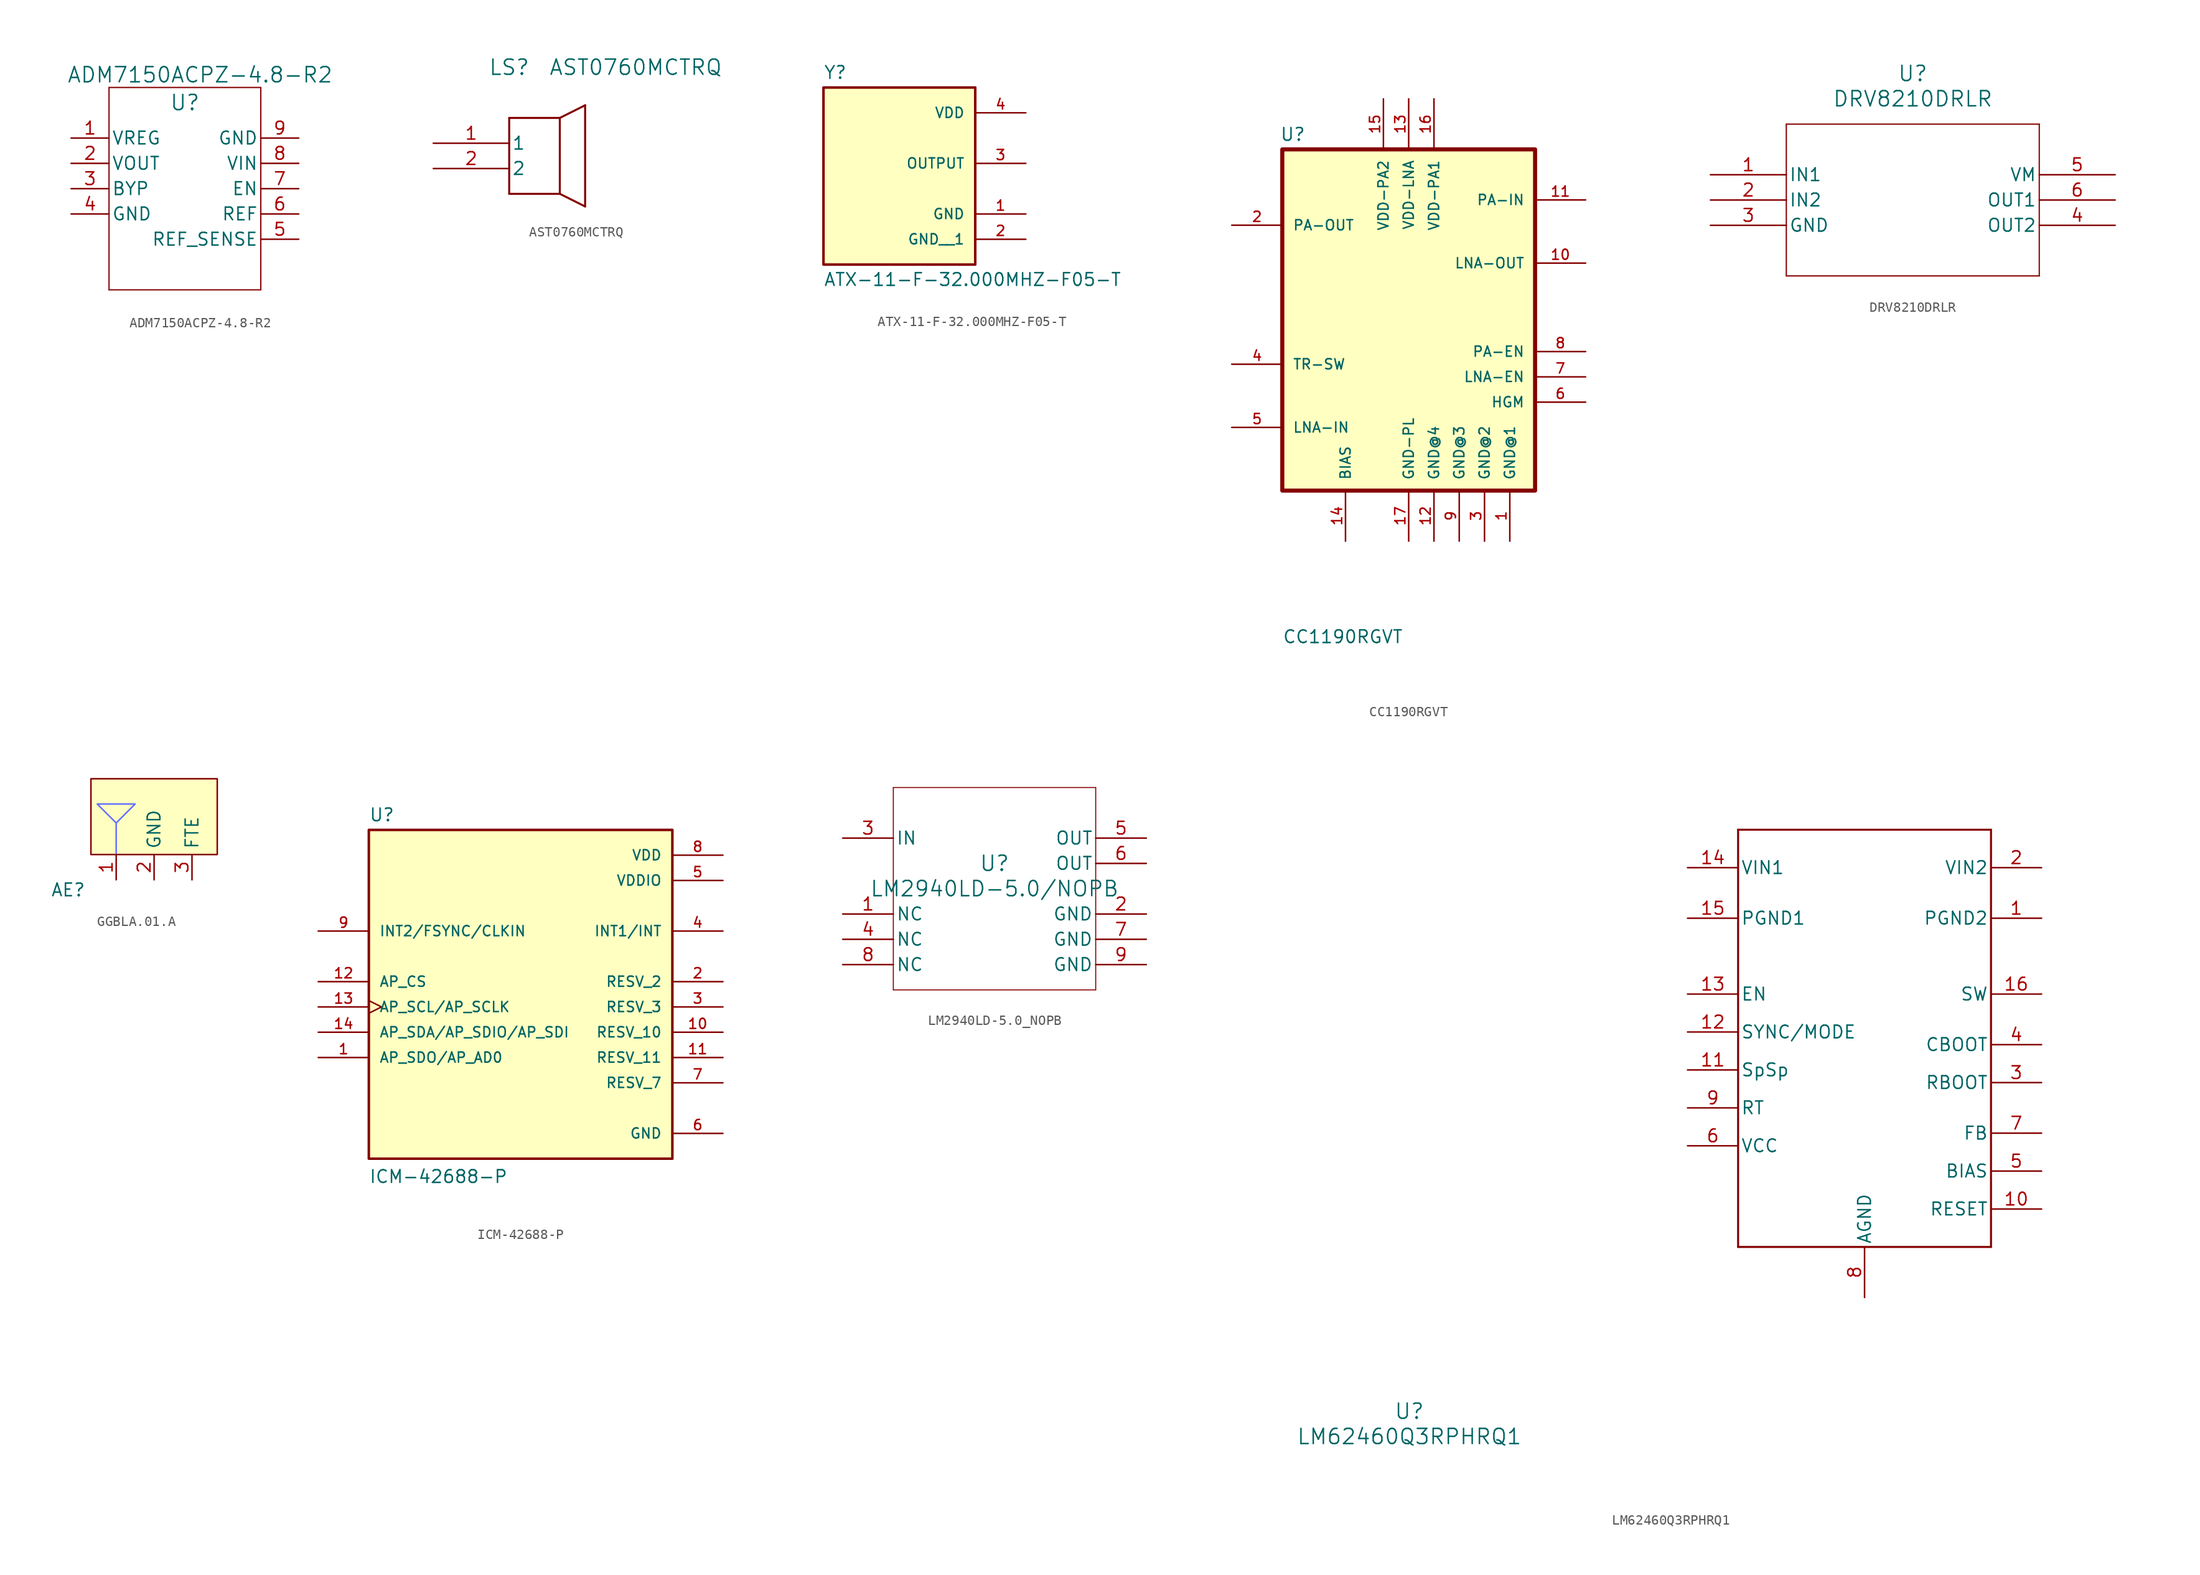
<source format=kicad_sym>
(kicad_symbol_lib
  (version 20231120)
  (generator "kicad_symbol_editor")
  (generator_version "8.0")
  (symbol "ADM7150ACPZ-4.8-R2"
    (pin_names
      (offset 0.254))
    (property "Reference" "U"
      (at 0 8.636 0)
      (effects (font (size 1.524 1.524))))
    (property "Value" "ADM7150ACPZ-4.8-R2"
      (at 1.524 11.43 0)
      (effects (font (size 1.524 1.524))))
    (symbol "ADM7150ACPZ-4.8-R2_0_1"
      (polyline (pts (xy -7.62 -10.16) (xy 7.62 -10.16)) (stroke (width 0.127) (type default)) (fill (type none)))
      (polyline (pts (xy -7.62 10.16) (xy -7.62 -10.16)) (stroke (width 0.127) (type default)) (fill (type none)))
      (polyline (pts (xy 7.62 -10.16) (xy 7.62 10.16)) (stroke (width 0.127) (type default)) (fill (type none)))
      (polyline (pts (xy 7.62 10.16) (xy -7.62 10.16)) (stroke (width 0.127) (type default)) (fill (type none))))
    (symbol "ADM7150ACPZ-4.8-R2_1_1"
      (pin power_in line (at -11.43 5.08 0) (length 3.81) (name "VREG" (effects (font (size 1.27 1.27)))) (number "1" (effects (font (size 1.27 1.27)))))
      (pin power_in line (at -11.43 2.54 0) (length 3.81) (name "VOUT" (effects (font (size 1.27 1.27)))) (number "2" (effects (font (size 1.27 1.27)))))
      (pin power_in line (at -11.43 0 0) (length 3.81) (name "BYP" (effects (font (size 1.27 1.27)))) (number "3" (effects (font (size 1.27 1.27)))))
      (pin power_out line (at -11.43 -2.54 0) (length 3.81) (name "GND" (effects (font (size 1.27 1.27)))) (number "4" (effects (font (size 1.27 1.27)))))
      (pin output line (at 11.43 -5.08 180) (length 3.81) (name "REF_SENSE" (effects (font (size 1.27 1.27)))) (number "5" (effects (font (size 1.27 1.27)))))
      (pin output line (at 11.43 -2.54 180) (length 3.81) (name "REF" (effects (font (size 1.27 1.27)))) (number "6" (effects (font (size 1.27 1.27)))))
      (pin input line (at 11.43 0 180) (length 3.81) (name "EN" (effects (font (size 1.27 1.27)))) (number "7" (effects (font (size 1.27 1.27)))))
      (pin power_in line (at 11.43 2.54 180) (length 3.81) (name "VIN" (effects (font (size 1.27 1.27)))) (number "8" (effects (font (size 1.27 1.27)))))
      (pin power_out line (at 11.43 5.08 180) (length 3.81) (name "GND" (effects (font (size 1.27 1.27)))) (number "9" (effects (font (size 1.27 1.27)))))))
  (symbol "AST0760MCTRQ"
    (pin_names
      (offset 0.254))
    (property "Reference" "LS"
      (at 7.62 7.62 0)
      (effects (font (size 1.524 1.524))))
    (property "Value" "AST0760MCTRQ"
      (at 20.32 7.62 0)
      (effects (font (size 1.524 1.524))))
    (symbol "AST0760MCTRQ_0_1"
      (polyline (pts (xy 7.62 -5.08) (xy 12.7 -5.08)) (stroke (width 0.203) (type default)) (fill (type none)))
      (polyline (pts (xy 7.62 2.54) (xy 7.62 -5.08)) (stroke (width 0.203) (type default)) (fill (type none)))
      (polyline (pts (xy 12.7 -5.08) (xy 12.7 2.54)) (stroke (width 0.203) (type default)) (fill (type none)))
      (polyline (pts (xy 12.7 2.54) (xy 7.62 2.54)) (stroke (width 0.203) (type default)) (fill (type none)))
      (polyline (pts (xy 12.7 2.54) (xy 15.24 3.81)) (stroke (width 0.203) (type default)) (fill (type none)))
      (polyline (pts (xy 15.24 -6.35) (xy 12.7 -5.08)) (stroke (width 0.203) (type default)) (fill (type none)))
      (polyline (pts (xy 15.24 3.81) (xy 15.24 -6.35)) (stroke (width 0.203) (type default)) (fill (type none)))
      (pin unspecified line (at 0 0 0) (length 7.62) (name "1" (effects (font (size 1.27 1.27)))) (number "1" (effects (font (size 1.27 1.27)))))
      (pin unspecified line (at 0 -2.54 0) (length 7.62) (name "2" (effects (font (size 1.27 1.27)))) (number "2" (effects (font (size 1.27 1.27)))))))
  (symbol "ATX-11-F-32.000MHZ-F05-T"
    (pin_names
      (offset 1.016))
    (property "Reference" "Y"
      (at -7.62 8.382 0)
      (effects (font (size 1.27 1.27)) (justify left bottom)))
    (property "Value" "ATX-11-F-32.000MHZ-F05-T"
      (at -7.62 -10.922 0)
      (effects (font (size 1.27 1.27)) (justify left top)))
    (symbol "ATX-11-F-32.000MHZ-F05-T_0_0"
      (rectangle (start -7.62 -10.16) (end 7.62 7.62) (stroke (width 0.254) (type default)) (fill (type background)))
      (pin power_in line (at 12.7 -5.08 180) (length 5.08) (name "GND" (effects (font (size 1.016 1.016)))) (number "1" (effects (font (size 1.016 1.016)))))
      (pin power_in line (at 12.7 -7.62 180) (length 5.08) (name "GND__1" (effects (font (size 1.016 1.016)))) (number "2" (effects (font (size 1.016 1.016)))))
      (pin output line (at 12.7 0 180) (length 5.08) (name "OUTPUT" (effects (font (size 1.016 1.016)))) (number "3" (effects (font (size 1.016 1.016)))))
      (pin power_in line (at 12.7 5.08 180) (length 5.08) (name "VDD" (effects (font (size 1.016 1.016)))) (number "4" (effects (font (size 1.016 1.016)))))))
  (symbol "CC1190RGVT"
    (pin_names
      (offset 1.016))
    (property "Reference" "U"
      (at -12.954 18.542 0)
      (effects (font (size 1.27 1.27)) (justify left bottom)))
    (property "Value" "CC1190RGVT"
      (at -12.7 -31.94 0)
      (effects (font (size 1.27 1.27)) (justify left bottom)))
    (symbol "CC1190RGVT_0_0"
      (rectangle (start -12.7 17.78) (end 12.7 -16.51) (stroke (width 0.41) (type default)) (fill (type background)))
      (pin power_in line (at 10.16 -21.59 90) (length 5.08) (name "GND@1" (effects (font (size 1.016 1.016)))) (number "1" (effects (font (size 1.016 1.016)))))
      (pin output line (at 17.78 6.35 180) (length 5.08) (name "LNA-OUT" (effects (font (size 1.016 1.016)))) (number "10" (effects (font (size 1.016 1.016)))))
      (pin input line (at 17.78 12.7 180) (length 5.08) (name "PA-IN" (effects (font (size 1.016 1.016)))) (number "11" (effects (font (size 1.016 1.016)))))
      (pin power_in line (at 2.54 -21.59 90) (length 5.08) (name "GND@4" (effects (font (size 1.016 1.016)))) (number "12" (effects (font (size 1.016 1.016)))))
      (pin power_in line (at 0 22.86 270) (length 5.08) (name "VDD-LNA" (effects (font (size 1.016 1.016)))) (number "13" (effects (font (size 1.016 1.016)))))
      (pin bidirectional line (at -6.35 -21.59 90) (length 5.08) (name "BIAS" (effects (font (size 1.016 1.016)))) (number "14" (effects (font (size 1.016 1.016)))))
      (pin power_in line (at -2.54 22.86 270) (length 5.08) (name "VDD-PA2" (effects (font (size 1.016 1.016)))) (number "15" (effects (font (size 1.016 1.016)))))
      (pin power_in line (at 2.54 22.86 270) (length 5.08) (name "VDD-PA1" (effects (font (size 1.016 1.016)))) (number "16" (effects (font (size 1.016 1.016)))))
      (pin power_in line (at 0 -21.59 90) (length 5.08) (name "GND-PL" (effects (font (size 1.016 1.016)))) (number "17" (effects (font (size 1.016 1.016)))))
      (pin bidirectional line (at -17.78 10.16 0) (length 5.08) (name "PA-OUT" (effects (font (size 1.016 1.016)))) (number "2" (effects (font (size 1.016 1.016)))))
      (pin power_in line (at 7.62 -21.59 90) (length 5.08) (name "GND@2" (effects (font (size 1.016 1.016)))) (number "3" (effects (font (size 1.016 1.016)))))
      (pin bidirectional line (at -17.78 -3.81 0) (length 5.08) (name "TR-SW" (effects (font (size 1.016 1.016)))) (number "4" (effects (font (size 1.016 1.016)))))
      (pin input line (at -17.78 -10.16 0) (length 5.08) (name "LNA-IN" (effects (font (size 1.016 1.016)))) (number "5" (effects (font (size 1.016 1.016)))))
      (pin input line (at 17.78 -7.62 180) (length 5.08) (name "HGM" (effects (font (size 1.016 1.016)))) (number "6" (effects (font (size 1.016 1.016)))))
      (pin input line (at 17.78 -5.08 180) (length 5.08) (name "LNA-EN" (effects (font (size 1.016 1.016)))) (number "7" (effects (font (size 1.016 1.016)))))
      (pin input line (at 17.78 -2.54 180) (length 5.08) (name "PA-EN" (effects (font (size 1.016 1.016)))) (number "8" (effects (font (size 1.016 1.016)))))
      (pin power_in line (at 5.08 -21.59 90) (length 5.08) (name "GND@3" (effects (font (size 1.016 1.016)))) (number "9" (effects (font (size 1.016 1.016)))))))
  (symbol "DRV8210DRLR"
    (pin_names
      (offset 0.254))
    (property "Reference" "U"
      (at 20.32 10.16 0)
      (effects (font (size 1.524 1.524))))
    (property "Value" "DRV8210DRLR"
      (at 20.32 7.62 0)
      (effects (font (size 1.524 1.524))))
    (symbol "DRV8210DRLR_0_1"
      (polyline (pts (xy 7.62 -10.16) (xy 33.02 -10.16)) (stroke (width 0.127) (type default)) (fill (type none)))
      (polyline (pts (xy 7.62 5.08) (xy 7.62 -10.16)) (stroke (width 0.127) (type default)) (fill (type none)))
      (polyline (pts (xy 33.02 -10.16) (xy 33.02 5.08)) (stroke (width 0.127) (type default)) (fill (type none)))
      (polyline (pts (xy 33.02 5.08) (xy 7.62 5.08)) (stroke (width 0.127) (type default)) (fill (type none)))
      (pin input line (at 0 0 0) (length 7.62) (name "IN1" (effects (font (size 1.27 1.27)))) (number "1" (effects (font (size 1.27 1.27)))))
      (pin input line (at 0 -2.54 0) (length 7.62) (name "IN2" (effects (font (size 1.27 1.27)))) (number "2" (effects (font (size 1.27 1.27)))))
      (pin power_out line (at 0 -5.08 0) (length 7.62) (name "GND" (effects (font (size 1.27 1.27)))) (number "3" (effects (font (size 1.27 1.27)))))
      (pin output line (at 40.64 -5.08 180) (length 7.62) (name "OUT2" (effects (font (size 1.27 1.27)))) (number "4" (effects (font (size 1.27 1.27)))))
      (pin unspecified line (at 40.64 0 180) (length 7.62) (name "VM" (effects (font (size 1.27 1.27)))) (number "5" (effects (font (size 1.27 1.27)))))
      (pin output line (at 40.64 -2.54 180) (length 7.62) (name "OUT1" (effects (font (size 1.27 1.27)))) (number "6" (effects (font (size 1.27 1.27)))))))
  (symbol "GGBLA.01.A"
    (property "Reference" "AE"
      (at -8.636 -3.556 0)
      (effects (font (size 1.27 1.27))))
    (property "Value" ""
      (at 0 0 0)
      (effects (font (size 1.27 1.27))))
    (symbol "GGBLA.01.A_0_1"
      (rectangle (start -6.35 7.62) (end 6.35 0) (stroke (width 0) (type default)) (fill (type background)))
      (polyline (pts (xy -3.81 0) (xy -3.81 3.175) (xy -5.715 5.08) (xy -1.905 5.08) (xy -3.81 3.175)) (stroke (width 0) (type default) (color 98 110 255 1)) (fill (type none))))
    (symbol "GGBLA.01.A_1_1"
      (pin input line (at -3.81 -2.54 90) (length 2.54) (name "" (effects (font (size 1.27 1.27)))) (number "1" (effects (font (size 1.27 1.27)))))
      (pin power_in line (at 0 -2.54 90) (length 2.54) (name "GND" (effects (font (size 1.27 1.27)))) (number "2" (effects (font (size 1.27 1.27)))))
      (pin input line (at 3.81 -2.54 90) (length 2.54) (name "FTE" (effects (font (size 1.27 1.27)))) (number "3" (effects (font (size 1.27 1.27)))))))
  (symbol "ICM-42688-P"
    (pin_names
      (offset 1.016))
    (property "Reference" "U"
      (at -20.32 16.002 0)
      (effects (font (size 1.27 1.27)) (justify left bottom)))
    (property "Value" "ICM-42688-P"
      (at -20.32 -20.32 0)
      (effects (font (size 1.27 1.27)) (justify left bottom)))
    (symbol "ICM-42688-P_0_0"
      (rectangle (start -20.32 15.24) (end 10.16 -17.78) (stroke (width 0.254) (type default)) (fill (type background)))
      (pin bidirectional line (at -25.4 -7.62 0) (length 5.08) (name "AP_SDO/AP_AD0" (effects (font (size 1.016 1.016)))) (number "1" (effects (font (size 1.016 1.016)))))
      (pin passive line (at 15.24 -5.08 180) (length 5.08) (name "RESV_10" (effects (font (size 1.016 1.016)))) (number "10" (effects (font (size 1.016 1.016)))))
      (pin passive line (at 15.24 -7.62 180) (length 5.08) (name "RESV_11" (effects (font (size 1.016 1.016)))) (number "11" (effects (font (size 1.016 1.016)))))
      (pin input line (at -25.4 0 0) (length 5.08) (name "AP_CS" (effects (font (size 1.016 1.016)))) (number "12" (effects (font (size 1.016 1.016)))))
      (pin input clock (at -25.4 -2.54 0) (length 5.08) (name "AP_SCL/AP_SCLK" (effects (font (size 1.016 1.016)))) (number "13" (effects (font (size 1.016 1.016)))))
      (pin bidirectional line (at -25.4 -5.08 0) (length 5.08) (name "AP_SDA/AP_SDIO/AP_SDI" (effects (font (size 1.016 1.016)))) (number "14" (effects (font (size 1.016 1.016)))))
      (pin passive line (at 15.24 0 180) (length 5.08) (name "RESV_2" (effects (font (size 1.016 1.016)))) (number "2" (effects (font (size 1.016 1.016)))))
      (pin passive line (at 15.24 -2.54 180) (length 5.08) (name "RESV_3" (effects (font (size 1.016 1.016)))) (number "3" (effects (font (size 1.016 1.016)))))
      (pin output line (at 15.24 5.08 180) (length 5.08) (name "INT1/INT" (effects (font (size 1.016 1.016)))) (number "4" (effects (font (size 1.016 1.016)))))
      (pin power_in line (at 15.24 10.16 180) (length 5.08) (name "VDDIO" (effects (font (size 1.016 1.016)))) (number "5" (effects (font (size 1.016 1.016)))))
      (pin power_in line (at 15.24 -15.24 180) (length 5.08) (name "GND" (effects (font (size 1.016 1.016)))) (number "6" (effects (font (size 1.016 1.016)))))
      (pin passive line (at 15.24 -10.16 180) (length 5.08) (name "RESV_7" (effects (font (size 1.016 1.016)))) (number "7" (effects (font (size 1.016 1.016)))))
      (pin power_in line (at 15.24 12.7 180) (length 5.08) (name "VDD" (effects (font (size 1.016 1.016)))) (number "8" (effects (font (size 1.016 1.016)))))
      (pin bidirectional line (at -25.4 5.08 0) (length 5.08) (name "INT2/FSYNC/CLKIN" (effects (font (size 1.016 1.016)))) (number "9" (effects (font (size 1.016 1.016)))))))
  (symbol "LM2940LD-5.0_NOPB"
    (pin_names
      (offset 0.254))
    (property "Reference" "U"
      (at 0 2.54 0)
      (effects (font (size 1.524 1.524))))
    (property "Value" "LM2940LD-5.0/NOPB"
      (at 0 0 0)
      (effects (font (size 1.524 1.524))))
    (symbol "LM2940LD-5.0_NOPB_0_1"
      (polyline (pts (xy -10.16 -10.16) (xy 10.16 -10.16)) (stroke (width 0.102) (type default)) (fill (type none)))
      (polyline (pts (xy -10.16 10.16) (xy -10.16 -10.16)) (stroke (width 0.102) (type default)) (fill (type none)))
      (polyline (pts (xy 10.16 -10.16) (xy 10.16 10.16)) (stroke (width 0.102) (type default)) (fill (type none)))
      (polyline (pts (xy 10.16 10.16) (xy -10.16 10.16)) (stroke (width 0.102) (type default)) (fill (type none)))
      (pin unspecified line (at -15.24 -2.54 0) (length 5.08) (name "NC" (effects (font (size 1.27 1.27)))) (number "1" (effects (font (size 1.27 1.27)))))
      (pin power_in line (at 15.24 -2.54 180) (length 5.08) (name "GND" (effects (font (size 1.27 1.27)))) (number "2" (effects (font (size 1.27 1.27)))))
      (pin power_in line (at -15.24 5.08 0) (length 5.08) (name "IN" (effects (font (size 1.27 1.27)))) (number "3" (effects (font (size 1.27 1.27)))))
      (pin unspecified line (at -15.24 -5.08 0) (length 5.08) (name "NC" (effects (font (size 1.27 1.27)))) (number "4" (effects (font (size 1.27 1.27)))))
      (pin power_in line (at 15.24 5.08 180) (length 5.08) (name "OUT" (effects (font (size 1.27 1.27)))) (number "5" (effects (font (size 1.27 1.27)))))
      (pin power_in line (at 15.24 2.54 180) (length 5.08) (name "OUT" (effects (font (size 1.27 1.27)))) (number "6" (effects (font (size 1.27 1.27)))))
      (pin power_in line (at 15.24 -5.08 180) (length 5.08) (name "GND" (effects (font (size 1.27 1.27)))) (number "7" (effects (font (size 1.27 1.27)))))
      (pin unspecified line (at -15.24 -7.62 0) (length 5.08) (name "NC" (effects (font (size 1.27 1.27)))) (number "8" (effects (font (size 1.27 1.27)))))
      (pin power_in line (at 15.24 -7.62 180) (length 5.08) (name "GND" (effects (font (size 1.27 1.27)))) (number "9" (effects (font (size 1.27 1.27)))))))
  (symbol "LM62460Q3RPHRQ1"
    (pin_names
      (offset 0.254))
    (property "Reference" "U"
      (at -45.72 -33.02 0)
      (effects (font (size 1.524 1.524))))
    (property "Value" "LM62460Q3RPHRQ1"
      (at -45.72 -35.56 0)
      (effects (font (size 1.524 1.524))))
    (symbol "LM62460Q3RPHRQ1_0_1"
      (polyline (pts (xy -12.7 -16.51) (xy 12.7 -16.51)) (stroke (width 0.203) (type default)) (fill (type none)))
      (polyline (pts (xy -12.7 25.4) (xy -12.7 -16.51)) (stroke (width 0.203) (type default)) (fill (type none)))
      (polyline (pts (xy 12.7 -16.51) (xy 12.7 25.4)) (stroke (width 0.203) (type default)) (fill (type none)))
      (polyline (pts (xy 12.7 25.4) (xy -12.7 25.4)) (stroke (width 0.203) (type default)) (fill (type none)))
      (pin input line (at 17.78 -12.7 180) (length 5.08) (name "RESET" (effects (font (size 1.27 1.27)))) (number "10" (effects (font (size 1.27 1.27)))))
      (pin unspecified line (at -17.78 1.27 0) (length 5.08) (name "SpSp" (effects (font (size 1.27 1.27)))) (number "11" (effects (font (size 1.27 1.27)))))
      (pin input line (at -17.78 8.89 0) (length 5.08) (name "EN" (effects (font (size 1.27 1.27)))) (number "13" (effects (font (size 1.27 1.27)))))
      (pin power_in line (at 17.78 8.89 180) (length 5.08) (name "SW" (effects (font (size 1.27 1.27)))) (number "16" (effects (font (size 1.27 1.27)))))
      (pin unspecified line (at 17.78 0 180) (length 5.08) (name "RBOOT" (effects (font (size 1.27 1.27)))) (number "3" (effects (font (size 1.27 1.27)))))
      (pin unspecified line (at 17.78 3.81 180) (length 5.08) (name "CBOOT" (effects (font (size 1.27 1.27)))) (number "4" (effects (font (size 1.27 1.27)))))
      (pin unspecified line (at 17.78 -8.89 180) (length 5.08) (name "BIAS" (effects (font (size 1.27 1.27)))) (number "5" (effects (font (size 1.27 1.27)))))
      (pin power_in line (at -17.78 -6.35 0) (length 5.08) (name "VCC" (effects (font (size 1.27 1.27)))) (number "6" (effects (font (size 1.27 1.27)))))
      (pin input line (at 17.78 -5.08 180) (length 5.08) (name "FB" (effects (font (size 1.27 1.27)))) (number "7" (effects (font (size 1.27 1.27)))))
      (pin power_in line (at 0 -21.59 90) (length 5.08) (name "AGND" (effects (font (size 1.27 1.27)))) (number "8" (effects (font (size 1.27 1.27)))))
      (pin unspecified line (at -17.78 -2.54 0) (length 5.08) (name "RT" (effects (font (size 1.27 1.27)))) (number "9" (effects (font (size 1.27 1.27))))))
    (symbol "LM62460Q3RPHRQ1_1_1"
      (pin power_in line (at 17.78 16.51 180) (length 5.08) (name "PGND2" (effects (font (size 1.27 1.27)))) (number "1" (effects (font (size 1.27 1.27)))))
      (pin input line (at -17.78 5.08 0) (length 5.08) (name "SYNC/MODE" (effects (font (size 1.27 1.27)))) (number "12" (effects (font (size 1.27 1.27)))))
      (pin power_in line (at -17.78 21.59 0) (length 5.08) (name "VIN1" (effects (font (size 1.27 1.27)))) (number "14" (effects (font (size 1.27 1.27)))))
      (pin power_in line (at -17.78 16.51 0) (length 5.08) (name "PGND1" (effects (font (size 1.27 1.27)))) (number "15" (effects (font (size 1.27 1.27)))))
      (pin power_in line (at 17.78 21.59 180) (length 5.08) (name "VIN2" (effects (font (size 1.27 1.27)))) (number "2" (effects (font (size 1.27 1.27))))))))
</source>
